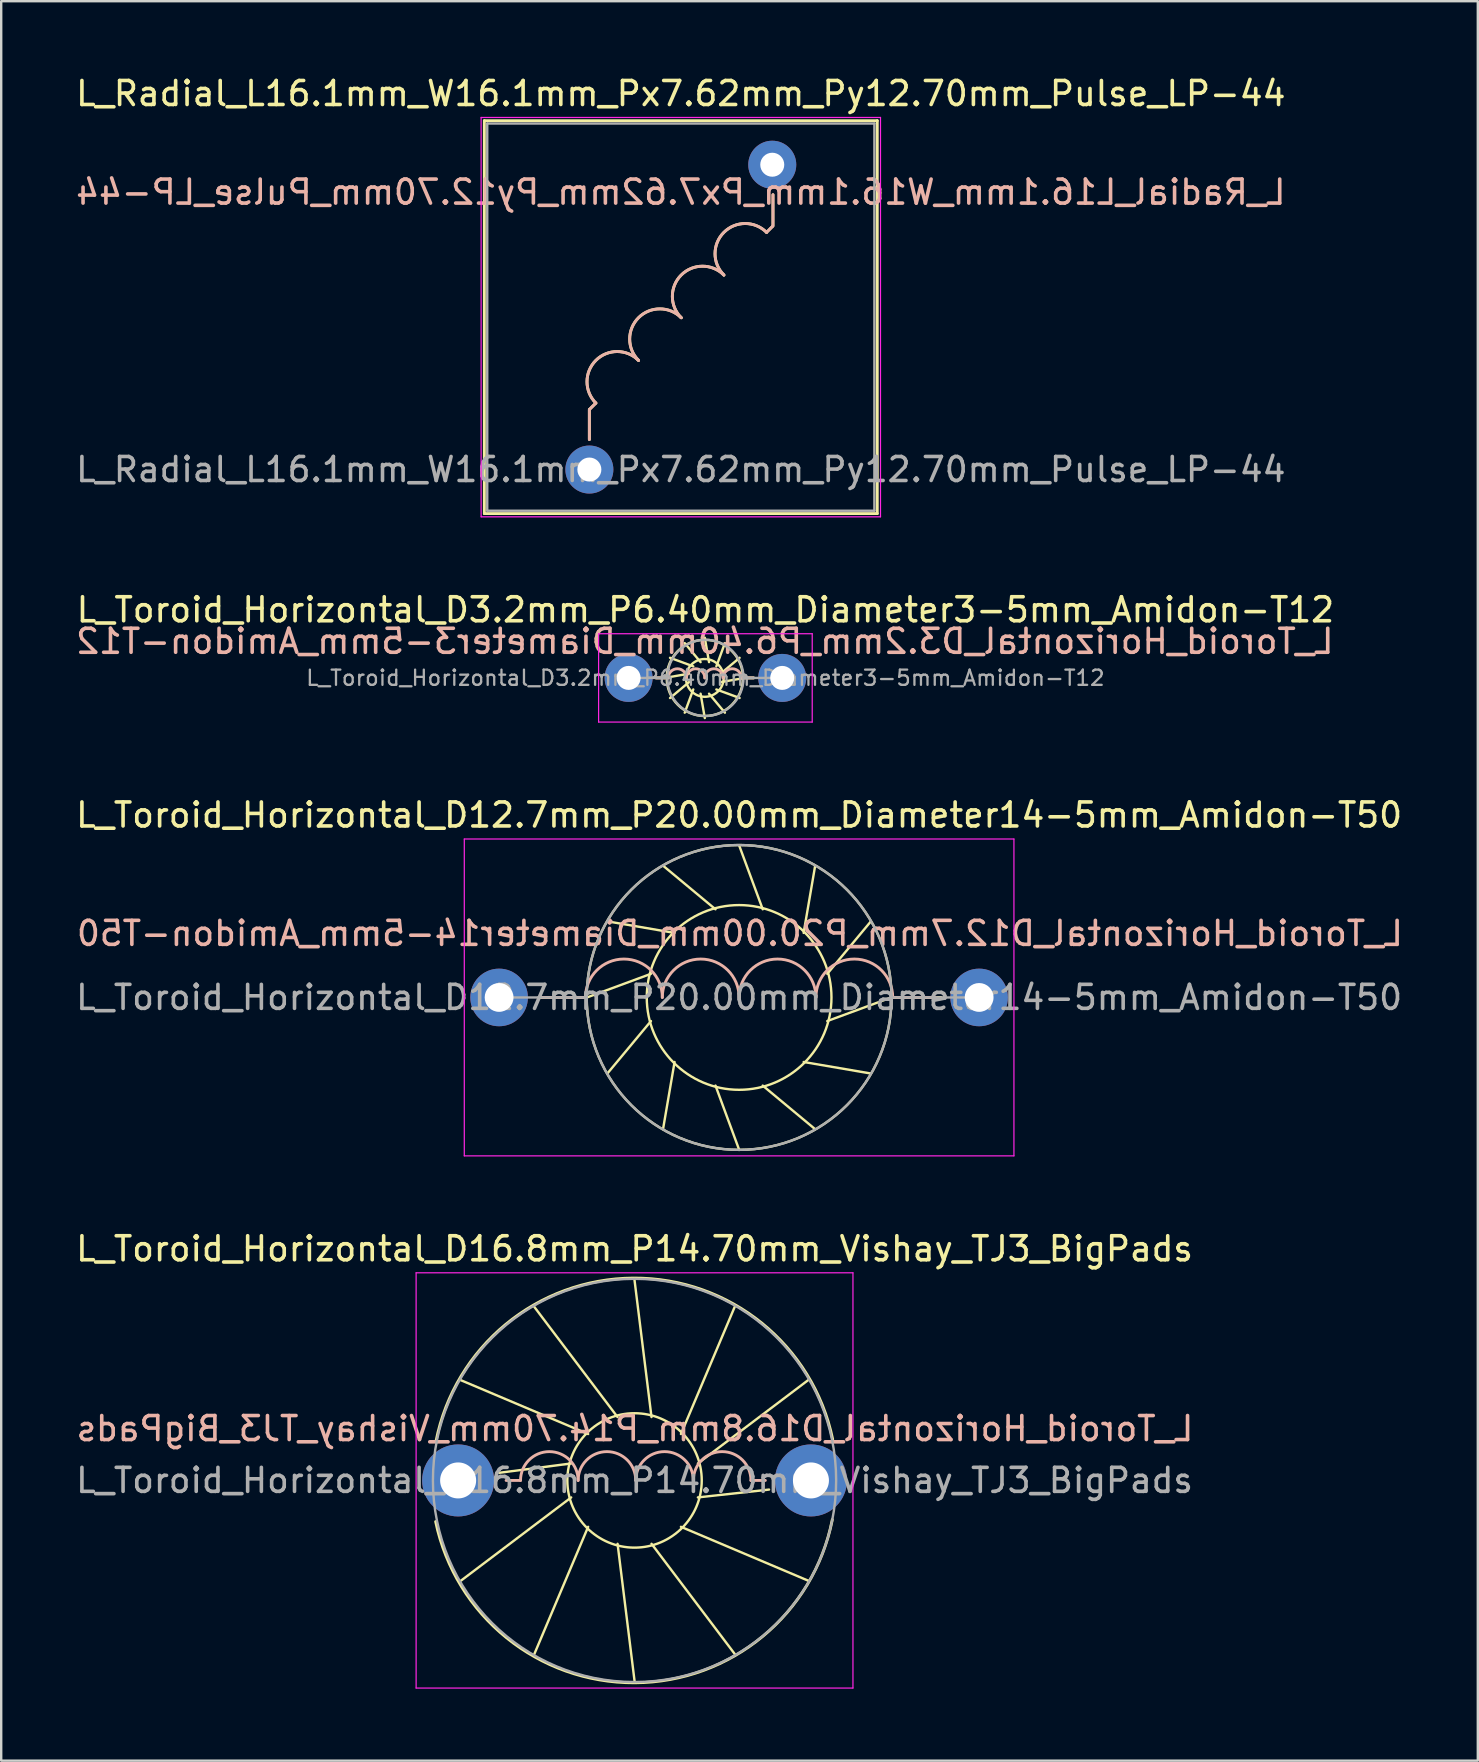
<source format=kicad_pcb>
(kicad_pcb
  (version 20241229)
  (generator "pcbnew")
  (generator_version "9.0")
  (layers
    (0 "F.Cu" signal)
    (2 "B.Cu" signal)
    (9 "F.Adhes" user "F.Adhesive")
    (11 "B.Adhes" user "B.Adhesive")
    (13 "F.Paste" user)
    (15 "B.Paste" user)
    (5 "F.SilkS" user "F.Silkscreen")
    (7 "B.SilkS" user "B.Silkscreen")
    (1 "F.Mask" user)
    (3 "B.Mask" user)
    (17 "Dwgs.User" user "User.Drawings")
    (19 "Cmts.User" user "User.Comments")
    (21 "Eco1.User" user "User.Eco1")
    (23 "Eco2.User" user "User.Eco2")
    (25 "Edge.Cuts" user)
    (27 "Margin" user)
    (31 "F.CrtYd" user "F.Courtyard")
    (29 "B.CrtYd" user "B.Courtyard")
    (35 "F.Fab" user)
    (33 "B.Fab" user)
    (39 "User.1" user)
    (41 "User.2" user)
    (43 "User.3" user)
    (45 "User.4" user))
  (footprint "L_Toroid_Horizontal_D3.2mm_P6.40mm_Diameter3-5mm_Amidon-T12"
    (layer "F.Cu")
    (at 23.14 25.194)
    (property "Reference" "L_Toroid_Horizontal_D3.2mm_P6.40mm_Diameter3-5mm_Amidon-T12" (at 3.2 -2.837 0) (layer "F.SilkS") (effects (font (size 1 1) (thickness 0.15))))
    (fp_line (start 1.143 0) (end 1.502 0.000155) (stroke (width 0.12) (type solid)) (layer "F.SilkS"))
    (fp_line (start 1.502 0.000155) (end 2.517 -0.176) (stroke (width 0.1) (type solid)) (layer "F.SilkS"))
    (fp_line (start 1.726 -0.837) (end 2.694 -0.481) (stroke (width 0.1) (type solid)) (layer "F.SilkS"))
    (fp_line (start 1.726 0.837) (end 2.517 0.176) (stroke (width 0.1) (type solid)) (layer "F.SilkS"))
    (fp_line (start 2.338 -1.449) (end 2.999 -0.658) (stroke (width 0.1) (type solid)) (layer "F.SilkS"))
    (fp_line (start 2.338 1.449) (end 2.694 0.481) (stroke (width 0.1) (type solid)) (layer "F.SilkS"))
    (fp_line (start 3.175 -1.673) (end 3.351 -0.658) (stroke (width 0.1) (type solid)) (layer "F.SilkS"))
    (fp_line (start 3.175 1.673) (end 2.999 0.658) (stroke (width 0.1) (type solid)) (layer "F.SilkS"))
    (fp_line (start 4.011 -1.449) (end 3.656 -0.481) (stroke (width 0.1) (type solid)) (layer "F.SilkS"))
    (fp_line (start 4.012 1.449) (end 3.351 0.658) (stroke (width 0.1) (type solid)) (layer "F.SilkS"))
    (fp_line (start 4.624 -0.837) (end 3.833 -0.176) (stroke (width 0.1) (type solid)) (layer "F.SilkS"))
    (fp_line (start 4.624 0.837) (end 3.656 0.481) (stroke (width 0.1) (type solid)) (layer "F.SilkS"))
    (fp_line (start 4.848 -0.00031) (end 3.833 0.176) (stroke (width 0.1) (type solid)) (layer "F.SilkS"))
    (fp_line (start 4.848 -0.00031) (end 5.207 0) (stroke (width 0.12) (type solid)) (layer "F.SilkS"))
    (fp_circle (center 3.175 0) (end 3.962 0) (stroke (width 0.1) (type solid)) (fill no) (layer "F.SilkS"))
    (fp_circle (center 3.175 0) (end 4.763 0) (stroke (width 0.1) (type solid)) (fill no) (layer "F.SilkS"))
    (fp_line (start 1.143 0) (end 1.651 0) (stroke (width 0.12) (type solid)) (layer "B.SilkS"))
    (fp_line (start 4.953 0) (end 4.699 0) (stroke (width 0.12) (type solid)) (layer "B.SilkS"))
    (fp_line (start 5.207 0) (end 4.953 0) (stroke (width 0.12) (type solid)) (layer "B.SilkS"))
    (fp_arc (start 1.651 0) (mid 2.032 -0.381) (end 2.413 0) (stroke (width 0.12) (type solid)) (layer "B.SilkS"))
    (fp_arc (start 2.413 0) (mid 2.794 -0.381) (end 3.175 0) (stroke (width 0.12) (type solid)) (layer "B.SilkS"))
    (fp_arc (start 3.175 0) (mid 3.556 -0.381) (end 3.937 0) (stroke (width 0.12) (type solid)) (layer "B.SilkS"))
    (fp_arc (start 3.937 0) (mid 4.318 -0.381) (end 4.699 0) (stroke (width 0.12) (type solid)) (layer "B.SilkS"))
    (fp_line (start -1.25 -1.84) (end -1.25 1.84) (stroke (width 0.05) (type solid)) (layer "F.CrtYd"))
    (fp_line (start -1.25 1.84) (end 7.65 1.84) (stroke (width 0.05) (type solid)) (layer "F.CrtYd"))
    (fp_line (start 7.65 -1.84) (end -1.25 -1.84) (stroke (width 0.05) (type solid)) (layer "F.CrtYd"))
    (fp_line (start 7.65 1.84) (end 7.65 -1.84) (stroke (width 0.05) (type solid)) (layer "F.CrtYd"))
    (fp_line (start 0 0) (end 1.613 0) (stroke (width 0.1) (type solid)) (layer "F.Fab"))
    (fp_line (start 6.4 0) (end 4.787 0) (stroke (width 0.1) (type solid)) (layer "F.Fab"))
    (fp_circle (center 3.2 0) (end 4.787 0) (stroke (width 0.1) (type solid)) (fill no) (layer "F.Fab"))
    (fp_text user "${REFERENCE}" (at 3.175 -1.524 0) (layer "B.SilkS") (effects (font (size 1 1) (thickness 0.15)) (justify mirror)))
    (fp_text user "${REFERENCE}" (at 3.2 0 0) (layer "F.Fab") (effects (font (size 0.635 0.635) (thickness 0.095))))
    (pad "1" thru_hole circle (at 0 0) (size 2 2) (drill 1) (layers "*.Cu" "*.Mask"))
    (pad "2" thru_hole circle (at 6.4 0) (size 2 2) (drill 1) (layers "*.Cu" "*.Mask")))
  (footprint "L_Toroid_Horizontal_D16.8mm_P14.70mm_Vishay_TJ3_BigPads"
    (layer "F.Cu")
    (at 16.037 58.63)
    (property "Reference" "L_Toroid_Horizontal_D16.8mm_P14.70mm_Vishay_TJ3_BigPads" (at 7.35 -9.65 0) (layer "F.SilkS") (effects (font (size 1 1) (thickness 0.15))))
    (fp_line (start 0.119 -4.174) (end 5.417 -1.933) (stroke (width 0.1) (type solid)) (layer "F.SilkS"))
    (fp_line (start 0.119 4.175) (end 4.71 0.708) (stroke (width 0.1) (type solid)) (layer "F.SilkS"))
    (fp_line (start 1.714 -0.318) (end 4.709 -0.707) (stroke (width 0.1) (type solid)) (layer "F.SilkS"))
    (fp_line (start 3.174 -7.23) (end 6.642 -2.64) (stroke (width 0.1) (type solid)) (layer "F.SilkS"))
    (fp_line (start 3.176 7.231) (end 5.417 1.933) (stroke (width 0.1) (type solid)) (layer "F.SilkS"))
    (fp_line (start 7.349 -8.35) (end 8.057 -2.641) (stroke (width 0.1) (type solid)) (layer "F.SilkS"))
    (fp_line (start 7.35 8.35) (end 6.643 2.64) (stroke (width 0.1) (type solid)) (layer "F.SilkS"))
    (fp_line (start 11.524 -7.232) (end 9.283 -1.933) (stroke (width 0.1) (type solid)) (layer "F.SilkS"))
    (fp_line (start 11.525 7.231) (end 8.058 2.64) (stroke (width 0.1) (type solid)) (layer "F.SilkS"))
    (fp_line (start 12.954 0.381) (end 9.99 0.707) (stroke (width 0.1) (type solid)) (layer "F.SilkS"))
    (fp_line (start 14.58 -4.176) (end 9.99 -0.708) (stroke (width 0.1) (type solid)) (layer "F.SilkS"))
    (fp_line (start 14.581 4.175) (end 9.283 1.933) (stroke (width 0.1) (type solid)) (layer "F.SilkS"))
    (fp_arc (start -0.922048 -1.630258) (mid 7.307026 -8.431054) (end 15.604999 -1.714499) (stroke (width 0.12) (type solid)) (layer "F.SilkS"))
    (fp_arc (start 15.590548 1.630258) (mid 7.361474 8.431054) (end -0.936499 1.714499) (stroke (width 0.12) (type solid)) (layer "F.SilkS"))
    (fp_circle (center 7.35 0) (end 10.15 0) (stroke (width 0.1) (type solid)) (fill no) (layer "F.SilkS"))
    (fp_line (start 2 0) (end 2.6 0) (stroke (width 0.12) (type solid)) (layer "B.SilkS"))
    (fp_line (start 12.8 0) (end 12.2 0) (stroke (width 0.12) (type solid)) (layer "B.SilkS"))
    (fp_arc (start 2.6 0) (mid 3.8 -1.2) (end 5 0) (stroke (width 0.12) (type solid)) (layer "B.SilkS"))
    (fp_arc (start 5 0) (mid 6.2 -1.2) (end 7.4 0) (stroke (width 0.12) (type solid)) (layer "B.SilkS"))
    (fp_arc (start 7.4 0) (mid 8.6 -1.2) (end 9.8 0) (stroke (width 0.12) (type solid)) (layer "B.SilkS"))
    (fp_arc (start 9.8 0) (mid 11 -1.2) (end 12.2 0) (stroke (width 0.12) (type solid)) (layer "B.SilkS"))
    (fp_line (start -1.75 -8.65) (end -1.75 8.65) (stroke (width 0.05) (type solid)) (layer "F.CrtYd"))
    (fp_line (start -1.75 8.65) (end 16.45 8.65) (stroke (width 0.05) (type solid)) (layer "F.CrtYd"))
    (fp_line (start 16.45 -8.65) (end -1.75 -8.65) (stroke (width 0.05) (type solid)) (layer "F.CrtYd"))
    (fp_line (start 16.45 8.65) (end 16.45 -8.65) (stroke (width 0.05) (type solid)) (layer "F.CrtYd"))
    (fp_circle (center 7.35 0) (end 15.75 0) (stroke (width 0.1) (type solid)) (fill no) (layer "F.Fab"))
    (fp_text user "${REFERENCE}" (at 7.366 -2.159 0) (layer "B.SilkS") (effects (font (size 1 1) (thickness 0.15)) (justify mirror)))
    (fp_text user "${REFERENCE}" (at 7.35 0 0) (layer "F.Fab") (effects (font (size 1 1) (thickness 0.15))))
    (pad "1" thru_hole circle (at 0 0) (size 3 3) (drill 1.5) (layers "*.Cu" "*.Mask"))
    (pad "2" thru_hole circle (at 14.7 0) (size 3 3) (drill 1.5) (layers "*.Cu" "*.Mask")))
  (footprint "L_Toroid_Horizontal_D12.7mm_P20.00mm_Diameter14-5mm_Amidon-T50"
    (layer "F.Cu")
    (at 17.744 38.507)
    (property "Reference" "L_Toroid_Horizontal_D12.7mm_P20.00mm_Diameter14-5mm_Amidon-T50" (at 10 -7.6 0) (layer "F.SilkS") (effects (font (size 1 1) (thickness 0.15))))
    (fp_line (start 3.65 0) (end 1.651 0) (stroke (width 0.12) (type solid)) (layer "F.SilkS"))
    (fp_line (start 3.659 0.001) (end 6.327 -0.984) (stroke (width 0.1) (type solid)) (layer "F.SilkS"))
    (fp_line (start 4.509 -3.17) (end 7.311 -2.689) (stroke (width 0.1) (type solid)) (layer "F.SilkS"))
    (fp_line (start 4.509 3.171) (end 6.327 0.985) (stroke (width 0.1) (type solid)) (layer "F.SilkS"))
    (fp_line (start 6.829 -5.491) (end 9.015 -3.673) (stroke (width 0.1) (type solid)) (layer "F.SilkS"))
    (fp_line (start 6.83 5.491) (end 7.311 2.689) (stroke (width 0.1) (type solid)) (layer "F.SilkS"))
    (fp_line (start 9.999 -6.341) (end 10.984 -3.673) (stroke (width 0.1) (type solid)) (layer "F.SilkS"))
    (fp_line (start 10 6.341) (end 9.016 3.673) (stroke (width 0.1) (type solid)) (layer "F.SilkS"))
    (fp_line (start 13.169 -5.492) (end 12.688 -2.689) (stroke (width 0.1) (type solid)) (layer "F.SilkS"))
    (fp_line (start 13.17 5.491) (end 10.984 3.673) (stroke (width 0.1) (type solid)) (layer "F.SilkS"))
    (fp_line (start 15.491 -3.171) (end 13.673 -0.985) (stroke (width 0.1) (type solid)) (layer "F.SilkS"))
    (fp_line (start 15.491 3.17) (end 12.689 2.689) (stroke (width 0.1) (type solid)) (layer "F.SilkS"))
    (fp_line (start 16.341 0) (end 13.673 0.984) (stroke (width 0.1) (type solid)) (layer "F.SilkS"))
    (fp_line (start 16.35 0) (end 18.415 0) (stroke (width 0.12) (type solid)) (layer "F.SilkS"))
    (fp_circle (center 10 0) (end 13.848 0) (stroke (width 0.1) (type solid)) (fill no) (layer "F.SilkS"))
    (fp_circle (center 10 0) (end 16.35 0) (stroke (width 0.1) (type solid)) (fill no) (layer "F.SilkS"))
    (fp_line (start 1.8 0) (end 3.6 0) (stroke (width 0.12) (type solid)) (layer "B.SilkS"))
    (fp_line (start 18.2 0) (end 16.4 0) (stroke (width 0.12) (type solid)) (layer "B.SilkS"))
    (fp_arc (start 3.6 0) (mid 5.2 -1.6) (end 6.8 0) (stroke (width 0.12) (type solid)) (layer "B.SilkS"))
    (fp_arc (start 6.8 0) (mid 8.4 -1.6) (end 10 0) (stroke (width 0.12) (type solid)) (layer "B.SilkS"))
    (fp_arc (start 10 0) (mid 11.6 -1.6) (end 13.2 0) (stroke (width 0.12) (type solid)) (layer "B.SilkS"))
    (fp_arc (start 13.2 0) (mid 14.8 -1.6) (end 16.4 0) (stroke (width 0.12) (type solid)) (layer "B.SilkS"))
    (fp_line (start -1.45 -6.6) (end -1.45 6.6) (stroke (width 0.05) (type solid)) (layer "F.CrtYd"))
    (fp_line (start -1.45 6.6) (end 21.45 6.6) (stroke (width 0.05) (type solid)) (layer "F.CrtYd"))
    (fp_line (start 21.45 -6.6) (end -1.45 -6.6) (stroke (width 0.05) (type solid)) (layer "F.CrtYd"))
    (fp_line (start 21.45 6.6) (end 21.45 -6.6) (stroke (width 0.05) (type solid)) (layer "F.CrtYd"))
    (fp_line (start 0 0) (end 3.65 0) (stroke (width 0.1) (type solid)) (layer "F.Fab"))
    (fp_line (start 20 0) (end 16.35 0) (stroke (width 0.1) (type solid)) (layer "F.Fab"))
    (fp_circle (center 10 0) (end 16.35 0) (stroke (width 0.1) (type solid)) (fill no) (layer "F.Fab"))
    (fp_text user "${REFERENCE}" (at 10.033 -2.667 0) (layer "B.SilkS") (effects (font (size 1 1) (thickness 0.15)) (justify mirror)))
    (fp_text user "${REFERENCE}" (at 10 0 0) (layer "F.Fab") (effects (font (size 1 1) (thickness 0.15))))
    (pad "1" thru_hole circle (at 0 0) (size 2.4 2.4) (drill 1.2) (layers "*.Cu" "*.Mask"))
    (pad "2" thru_hole circle (at 20 0) (size 2.4 2.4) (drill 1.2) (layers "*.Cu" "*.Mask")))
  (footprint "L_Radial_L16.1mm_W16.1mm_Px7.62mm_Py12.70mm_Pulse_LP-44"
    (layer "F.Cu")
    (at 21.505 16.513)
    (property "Reference" "L_Radial_L16.1mm_W16.1mm_Px7.62mm_Py12.70mm_Pulse_LP-44" (at 3.81 -15.665 0) (layer "F.SilkS") (effects (font (size 1 1) (thickness 0.15))))
    (fp_line (start -4.375 -14.535) (end -4.375 1.835) (stroke (width 0.12) (type solid)) (layer "F.SilkS"))
    (fp_line (start -4.375 -14.535) (end 11.995 -14.535) (stroke (width 0.12) (type solid)) (layer "F.SilkS"))
    (fp_line (start -4.375 1.835) (end 11.995 1.835) (stroke (width 0.12) (type solid)) (layer "F.SilkS"))
    (fp_line (start 0 -2.5) (end 0 -1.25) (stroke (width 0.12) (type solid)) (layer "F.SilkS"))
    (fp_line (start 0.27 -2.77) (end 0.016 -2.516) (stroke (width 0.12) (type solid)) (layer "F.SilkS"))
    (fp_line (start 7.636 -10.136) (end 7.382 -9.882) (stroke (width 0.12) (type solid)) (layer "F.SilkS"))
    (fp_line (start 7.65 -11.45) (end 7.65 -10.15) (stroke (width 0.12) (type solid)) (layer "F.SilkS"))
    (fp_line (start 11.995 -14.535) (end 11.995 1.835) (stroke (width 0.12) (type solid)) (layer "F.SilkS"))
    (fp_arc (start 0.27 -2.77) (mid 0.27 -4.548) (end 2.048 -4.548) (stroke (width 0.12) (type solid)) (layer "F.SilkS"))
    (fp_arc (start 2.048 -4.548) (mid 2.048 -6.326) (end 3.826 -6.326) (stroke (width 0.12) (type solid)) (layer "F.SilkS"))
    (fp_arc (start 3.826 -6.326) (mid 3.826 -8.104) (end 5.604 -8.104) (stroke (width 0.12) (type solid)) (layer "F.SilkS"))
    (fp_arc (start 5.604 -8.104) (mid 5.604 -9.882) (end 7.382 -9.882) (stroke (width 0.12) (type solid)) (layer "F.SilkS"))
    (fp_line (start 0 -2.5) (end 0 -1.25) (stroke (width 0.12) (type solid)) (layer "B.SilkS"))
    (fp_line (start 0.27 -2.77) (end 0.016 -2.516) (stroke (width 0.12) (type solid)) (layer "B.SilkS"))
    (fp_line (start 7.636 -10.136) (end 7.382 -9.882) (stroke (width 0.12) (type solid)) (layer "B.SilkS"))
    (fp_line (start 7.65 -11.45) (end 7.65 -10.15) (stroke (width 0.12) (type solid)) (layer "B.SilkS"))
    (fp_arc (start 0.269998 -2.769998) (mid 0.269998 -4.548) (end 2.048 -4.548) (stroke (width 0.12) (type solid)) (layer "B.SilkS"))
    (fp_arc (start 2.047998 -4.547998) (mid 2.047998 -6.326) (end 3.826 -6.326) (stroke (width 0.12) (type solid)) (layer "B.SilkS"))
    (fp_arc (start 3.825998 -6.325998) (mid 3.825998 -8.104) (end 5.604 -8.104) (stroke (width 0.12) (type solid)) (layer "B.SilkS"))
    (fp_arc (start 5.604 -8.104) (mid 5.604 -9.881998) (end 7.381998 -9.881998) (stroke (width 0.12) (type solid)) (layer "B.SilkS"))
    (fp_line (start -4.51 -14.67) (end -4.51 1.97) (stroke (width 0.05) (type solid)) (layer "F.CrtYd"))
    (fp_line (start -4.51 1.97) (end 12.13 1.97) (stroke (width 0.05) (type solid)) (layer "F.CrtYd"))
    (fp_line (start 12.13 -14.67) (end -4.51 -14.67) (stroke (width 0.05) (type solid)) (layer "F.CrtYd"))
    (fp_line (start 12.13 1.97) (end 12.13 -14.67) (stroke (width 0.05) (type solid)) (layer "F.CrtYd"))
    (fp_line (start -4.255 -14.415) (end -4.255 1.715) (stroke (width 0.1) (type solid)) (layer "F.Fab"))
    (fp_line (start -4.255 1.715) (end 11.875 1.715) (stroke (width 0.1) (type solid)) (layer "F.Fab"))
    (fp_line (start 11.875 -14.415) (end -4.255 -14.415) (stroke (width 0.1) (type solid)) (layer "F.Fab"))
    (fp_line (start 11.875 1.715) (end 11.875 -14.415) (stroke (width 0.1) (type solid)) (layer "F.Fab"))
    (fp_text user "${REFERENCE}" (at 3.81 -11.557 0) (layer "B.SilkS") (effects (font (size 1 1) (thickness 0.15)) (justify mirror)))
    (fp_text user "${REFERENCE}" (at 3.81 0 0) (layer "F.Fab") (effects (font (size 1 1) (thickness 0.15))))
    (pad "1" thru_hole circle (at 0 0) (size 2 2) (drill 1) (layers "*.Cu" "*.Mask"))
    (pad "2" thru_hole circle (at 7.62 -12.7) (size 2 2) (drill 1) (layers "*.Cu" "*.Mask")))
  (gr_rect
    (start -3 -3)
    (end 58.521 70.305)
    (stroke (width 0.1) (type default))
    (fill no)
    (layer "Edge.Cuts")))
</source>
